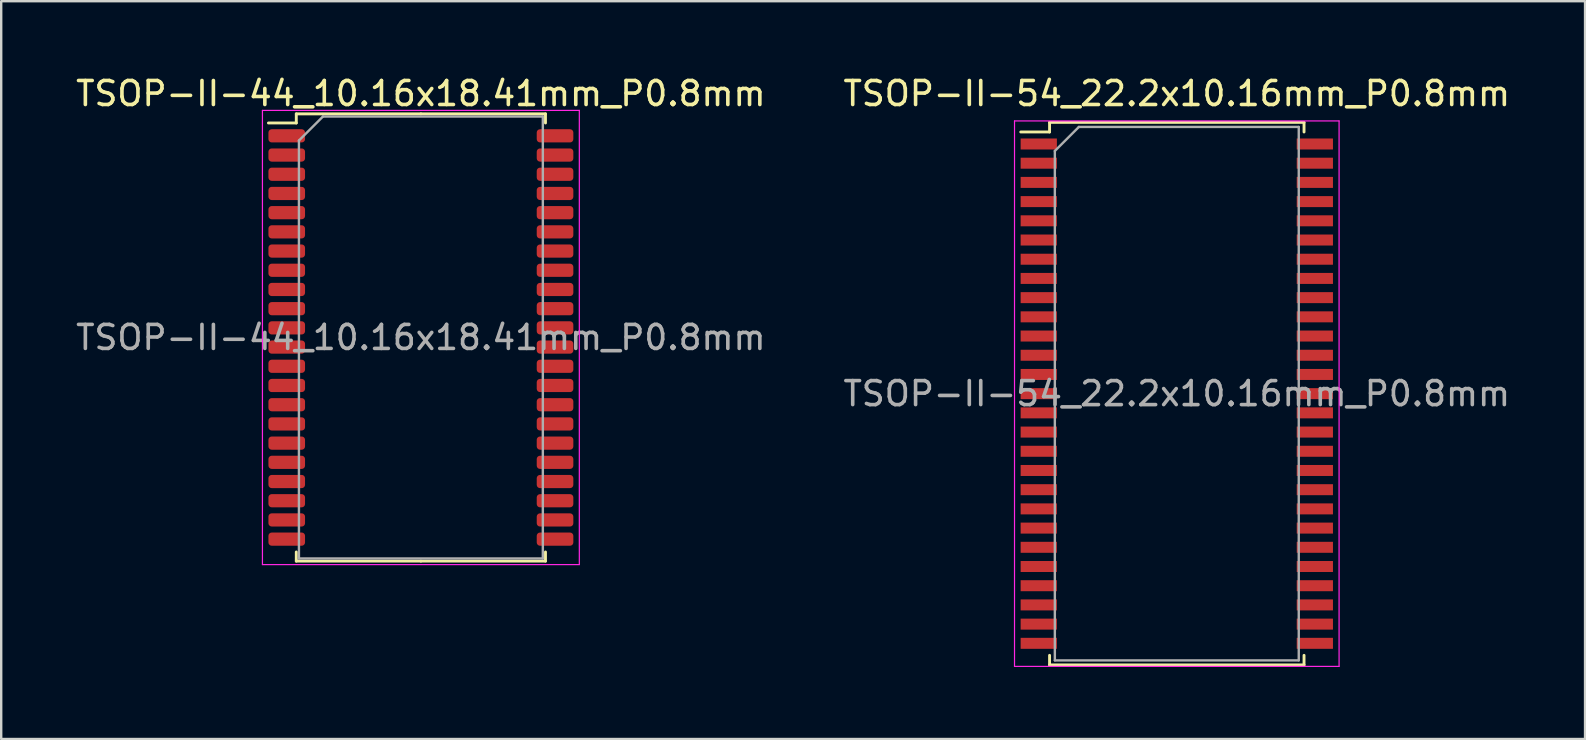
<source format=kicad_pcb>
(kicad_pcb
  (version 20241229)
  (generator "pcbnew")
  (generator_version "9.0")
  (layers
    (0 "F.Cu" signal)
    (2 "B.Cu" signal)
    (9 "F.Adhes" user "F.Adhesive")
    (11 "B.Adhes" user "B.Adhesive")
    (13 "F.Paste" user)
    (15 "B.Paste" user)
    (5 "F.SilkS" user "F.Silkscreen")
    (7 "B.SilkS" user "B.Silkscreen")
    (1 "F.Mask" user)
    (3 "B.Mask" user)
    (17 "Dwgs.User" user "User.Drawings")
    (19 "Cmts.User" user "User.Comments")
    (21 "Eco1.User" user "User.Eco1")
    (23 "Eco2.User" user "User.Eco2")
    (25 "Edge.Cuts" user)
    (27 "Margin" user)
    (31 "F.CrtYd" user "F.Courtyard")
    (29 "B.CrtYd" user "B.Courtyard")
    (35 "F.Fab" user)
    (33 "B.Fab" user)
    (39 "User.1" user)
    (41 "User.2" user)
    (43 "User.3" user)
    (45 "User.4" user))
  (footprint "TSOP-II-54_22.2x10.16mm_P0.8mm"
    (layer "F.Cu")
    (at 45.97 13.348)
    (property "Reference" "TSOP-II-54_22.2x10.16mm_P0.8mm" (at 0 -12.5 0) (layer "F.SilkS") (effects (font (size 1 1) (thickness 0.15))))
    (attr smd)
    (fp_line (start -6.5 -10.9) (end -5.3 -10.9) (stroke (width 0.12) (type solid)) (layer "F.SilkS"))
    (fp_line (start -5.3 -11.3) (end 5.3 -11.3) (stroke (width 0.12) (type solid)) (layer "F.SilkS"))
    (fp_line (start -5.3 -10.9) (end -5.3 -11.3) (stroke (width 0.12) (type solid)) (layer "F.SilkS"))
    (fp_line (start -5.3 10.9) (end -5.3 11.3) (stroke (width 0.12) (type solid)) (layer "F.SilkS"))
    (fp_line (start -5.3 11.3) (end 5.3 11.3) (stroke (width 0.12) (type solid)) (layer "F.SilkS"))
    (fp_line (start 5.3 -11.3) (end 5.3 -10.9) (stroke (width 0.12) (type solid)) (layer "F.SilkS"))
    (fp_line (start 5.3 10.9) (end 5.3 11.3) (stroke (width 0.12) (type solid)) (layer "F.SilkS"))
    (fp_line (start -6.76 -11.36) (end -6.76 11.36) (stroke (width 0.05) (type solid)) (layer "F.CrtYd"))
    (fp_line (start -6.76 -11.36) (end 6.76 -11.36) (stroke (width 0.05) (type solid)) (layer "F.CrtYd"))
    (fp_line (start 6.76 -11.36) (end 6.76 11.36) (stroke (width 0.05) (type solid)) (layer "F.CrtYd"))
    (fp_line (start 6.76 11.36) (end -6.76 11.36) (stroke (width 0.05) (type solid)) (layer "F.CrtYd"))
    (fp_line (start -5.08 11.11) (end -5.08 -10.11) (stroke (width 0.1) (type solid)) (layer "F.Fab"))
    (fp_line (start -4.08 -11.11) (end -5.08 -10.11) (stroke (width 0.1) (type solid)) (layer "F.Fab"))
    (fp_line (start -4.08 -11.11) (end 5.08 -11.11) (stroke (width 0.1) (type solid)) (layer "F.Fab"))
    (fp_line (start 5.08 -11.11) (end 5.08 11.11) (stroke (width 0.1) (type solid)) (layer "F.Fab"))
    (fp_line (start 5.08 11.11) (end -5.08 11.11) (stroke (width 0.1) (type solid)) (layer "F.Fab"))
    (fp_text user "${REFERENCE}" (at 0 0 0) (layer "F.Fab") (effects (font (size 1 1) (thickness 0.15))))
    (pad "1" smd rect (at -5.75 -10.4) (size 1.51 0.458) (layers "F.Cu" "F.Mask" "F.Paste"))
    (pad "2" smd rect (at -5.75 -9.6) (size 1.51 0.458) (layers "F.Cu" "F.Mask" "F.Paste"))
    (pad "3" smd rect (at -5.75 -8.8) (size 1.51 0.458) (layers "F.Cu" "F.Mask" "F.Paste"))
    (pad "4" smd rect (at -5.75 -8) (size 1.51 0.458) (layers "F.Cu" "F.Mask" "F.Paste"))
    (pad "5" smd rect (at -5.75 -7.2) (size 1.51 0.458) (layers "F.Cu" "F.Mask" "F.Paste"))
    (pad "6" smd rect (at -5.75 -6.4) (size 1.51 0.458) (layers "F.Cu" "F.Mask" "F.Paste"))
    (pad "7" smd rect (at -5.75 -5.6) (size 1.51 0.458) (layers "F.Cu" "F.Mask" "F.Paste"))
    (pad "8" smd rect (at -5.75 -4.8) (size 1.51 0.458) (layers "F.Cu" "F.Mask" "F.Paste"))
    (pad "9" smd rect (at -5.75 -4) (size 1.51 0.458) (layers "F.Cu" "F.Mask" "F.Paste"))
    (pad "10" smd rect (at -5.75 -3.2) (size 1.51 0.458) (layers "F.Cu" "F.Mask" "F.Paste"))
    (pad "11" smd rect (at -5.75 -2.4) (size 1.51 0.458) (layers "F.Cu" "F.Mask" "F.Paste"))
    (pad "12" smd rect (at -5.75 -1.6) (size 1.51 0.458) (layers "F.Cu" "F.Mask" "F.Paste"))
    (pad "13" smd rect (at -5.75 -0.8) (size 1.51 0.458) (layers "F.Cu" "F.Mask" "F.Paste"))
    (pad "14" smd rect (at -5.75 0) (size 1.51 0.458) (layers "F.Cu" "F.Mask" "F.Paste"))
    (pad "15" smd rect (at -5.75 0.8) (size 1.51 0.458) (layers "F.Cu" "F.Mask" "F.Paste"))
    (pad "16" smd rect (at -5.75 1.6) (size 1.51 0.458) (layers "F.Cu" "F.Mask" "F.Paste"))
    (pad "17" smd rect (at -5.75 2.4) (size 1.51 0.458) (layers "F.Cu" "F.Mask" "F.Paste"))
    (pad "18" smd rect (at -5.75 3.2) (size 1.51 0.458) (layers "F.Cu" "F.Mask" "F.Paste"))
    (pad "19" smd rect (at -5.75 4) (size 1.51 0.458) (layers "F.Cu" "F.Mask" "F.Paste"))
    (pad "20" smd rect (at -5.75 4.8) (size 1.51 0.458) (layers "F.Cu" "F.Mask" "F.Paste"))
    (pad "21" smd rect (at -5.75 5.6) (size 1.51 0.458) (layers "F.Cu" "F.Mask" "F.Paste"))
    (pad "22" smd rect (at -5.75 6.4) (size 1.51 0.458) (layers "F.Cu" "F.Mask" "F.Paste"))
    (pad "23" smd rect (at -5.75 7.2) (size 1.51 0.458) (layers "F.Cu" "F.Mask" "F.Paste"))
    (pad "24" smd rect (at -5.75 8) (size 1.51 0.458) (layers "F.Cu" "F.Mask" "F.Paste"))
    (pad "25" smd rect (at -5.75 8.8) (size 1.51 0.458) (layers "F.Cu" "F.Mask" "F.Paste"))
    (pad "26" smd rect (at -5.75 9.6) (size 1.51 0.458) (layers "F.Cu" "F.Mask" "F.Paste"))
    (pad "27" smd rect (at -5.75 10.4) (size 1.51 0.458) (layers "F.Cu" "F.Mask" "F.Paste"))
    (pad "28" smd rect (at 5.75 10.4) (size 1.51 0.458) (layers "F.Cu" "F.Mask" "F.Paste"))
    (pad "29" smd rect (at 5.75 9.6) (size 1.51 0.458) (layers "F.Cu" "F.Mask" "F.Paste"))
    (pad "30" smd rect (at 5.75 8.8) (size 1.51 0.458) (layers "F.Cu" "F.Mask" "F.Paste"))
    (pad "31" smd rect (at 5.75 8) (size 1.51 0.458) (layers "F.Cu" "F.Mask" "F.Paste"))
    (pad "32" smd rect (at 5.75 7.2) (size 1.51 0.458) (layers "F.Cu" "F.Mask" "F.Paste"))
    (pad "33" smd rect (at 5.75 6.4) (size 1.51 0.458) (layers "F.Cu" "F.Mask" "F.Paste"))
    (pad "34" smd rect (at 5.75 5.6) (size 1.51 0.458) (layers "F.Cu" "F.Mask" "F.Paste"))
    (pad "35" smd rect (at 5.75 4.8) (size 1.51 0.458) (layers "F.Cu" "F.Mask" "F.Paste"))
    (pad "36" smd rect (at 5.75 4) (size 1.51 0.458) (layers "F.Cu" "F.Mask" "F.Paste"))
    (pad "37" smd rect (at 5.75 3.2) (size 1.51 0.458) (layers "F.Cu" "F.Mask" "F.Paste"))
    (pad "38" smd rect (at 5.75 2.4) (size 1.51 0.458) (layers "F.Cu" "F.Mask" "F.Paste"))
    (pad "39" smd rect (at 5.75 1.6) (size 1.51 0.458) (layers "F.Cu" "F.Mask" "F.Paste"))
    (pad "40" smd rect (at 5.75 0.8) (size 1.51 0.458) (layers "F.Cu" "F.Mask" "F.Paste"))
    (pad "41" smd rect (at 5.75 0) (size 1.51 0.458) (layers "F.Cu" "F.Mask" "F.Paste"))
    (pad "42" smd rect (at 5.75 -0.8) (size 1.51 0.458) (layers "F.Cu" "F.Mask" "F.Paste"))
    (pad "43" smd rect (at 5.75 -1.6) (size 1.51 0.458) (layers "F.Cu" "F.Mask" "F.Paste"))
    (pad "44" smd rect (at 5.75 -2.4) (size 1.51 0.458) (layers "F.Cu" "F.Mask" "F.Paste"))
    (pad "45" smd rect (at 5.75 -3.2) (size 1.51 0.458) (layers "F.Cu" "F.Mask" "F.Paste"))
    (pad "46" smd rect (at 5.75 -4) (size 1.51 0.458) (layers "F.Cu" "F.Mask" "F.Paste"))
    (pad "47" smd rect (at 5.75 -4.8) (size 1.51 0.458) (layers "F.Cu" "F.Mask" "F.Paste"))
    (pad "48" smd rect (at 5.75 -5.6) (size 1.51 0.458) (layers "F.Cu" "F.Mask" "F.Paste"))
    (pad "49" smd rect (at 5.75 -6.4) (size 1.51 0.458) (layers "F.Cu" "F.Mask" "F.Paste"))
    (pad "50" smd rect (at 5.75 -7.2) (size 1.51 0.458) (layers "F.Cu" "F.Mask" "F.Paste"))
    (pad "51" smd rect (at 5.75 -8) (size 1.51 0.458) (layers "F.Cu" "F.Mask" "F.Paste"))
    (pad "52" smd rect (at 5.75 -8.8) (size 1.51 0.458) (layers "F.Cu" "F.Mask" "F.Paste"))
    (pad "53" smd rect (at 5.75 -9.6) (size 1.51 0.458) (layers "F.Cu" "F.Mask" "F.Paste"))
    (pad "54" smd rect (at 5.75 -10.4) (size 1.51 0.458) (layers "F.Cu" "F.Mask" "F.Paste")))
  (footprint "TSOP-II-44_10.16x18.41mm_P0.8mm"
    (layer "F.Cu")
    (at 14.482 11.008)
    (property "Reference" "TSOP-II-44_10.16x18.41mm_P0.8mm" (at 0 -10.16 0) (layer "F.SilkS") (effects (font (size 1 1) (thickness 0.15))))
    (attr smd)
    (fp_line (start -5.19 -9.315) (end -5.19 -8.935) (stroke (width 0.12) (type solid)) (layer "F.SilkS"))
    (fp_line (start -5.19 -8.935) (end -6.35 -8.935) (stroke (width 0.12) (type solid)) (layer "F.SilkS"))
    (fp_line (start -5.19 9.315) (end -5.19 8.935) (stroke (width 0.12) (type solid)) (layer "F.SilkS"))
    (fp_line (start 0 -9.315) (end -5.19 -9.315) (stroke (width 0.12) (type solid)) (layer "F.SilkS"))
    (fp_line (start 0 -9.315) (end 5.19 -9.315) (stroke (width 0.12) (type solid)) (layer "F.SilkS"))
    (fp_line (start 0 9.315) (end -5.19 9.315) (stroke (width 0.12) (type solid)) (layer "F.SilkS"))
    (fp_line (start 0 9.315) (end 5.19 9.315) (stroke (width 0.12) (type solid)) (layer "F.SilkS"))
    (fp_line (start 5.19 -9.315) (end 5.19 -8.935) (stroke (width 0.12) (type solid)) (layer "F.SilkS"))
    (fp_line (start 5.19 9.315) (end 5.19 8.935) (stroke (width 0.12) (type solid)) (layer "F.SilkS"))
    (fp_line (start -6.6 -9.46) (end -6.6 9.46) (stroke (width 0.05) (type solid)) (layer "F.CrtYd"))
    (fp_line (start -6.6 9.46) (end 6.6 9.46) (stroke (width 0.05) (type solid)) (layer "F.CrtYd"))
    (fp_line (start 6.6 -9.46) (end -6.6 -9.46) (stroke (width 0.05) (type solid)) (layer "F.CrtYd"))
    (fp_line (start 6.6 9.46) (end 6.6 -9.46) (stroke (width 0.05) (type solid)) (layer "F.CrtYd"))
    (fp_line (start -5.08 -8.205) (end -4.08 -9.205) (stroke (width 0.1) (type solid)) (layer "F.Fab"))
    (fp_line (start -5.08 9.205) (end -5.08 -8.205) (stroke (width 0.1) (type solid)) (layer "F.Fab"))
    (fp_line (start -4.08 -9.205) (end 5.08 -9.205) (stroke (width 0.1) (type solid)) (layer "F.Fab"))
    (fp_line (start 5.08 -9.205) (end 5.08 9.205) (stroke (width 0.1) (type solid)) (layer "F.Fab"))
    (fp_line (start 5.08 9.205) (end -5.08 9.205) (stroke (width 0.1) (type solid)) (layer "F.Fab"))
    (fp_text user "${REFERENCE}" (at 0 0 0) (layer "F.Fab") (effects (font (size 1 1) (thickness 0.15))))
    (pad "1" smd roundrect (at -5.588 -8.4) (size 1.525 0.55) (layers "F.Cu" "F.Mask" "F.Paste") (roundrect_rratio 0.25))
    (pad "2" smd roundrect (at -5.588 -7.6) (size 1.525 0.55) (layers "F.Cu" "F.Mask" "F.Paste") (roundrect_rratio 0.25))
    (pad "3" smd roundrect (at -5.588 -6.8) (size 1.525 0.55) (layers "F.Cu" "F.Mask" "F.Paste") (roundrect_rratio 0.25))
    (pad "4" smd roundrect (at -5.588 -6) (size 1.525 0.55) (layers "F.Cu" "F.Mask" "F.Paste") (roundrect_rratio 0.25))
    (pad "5" smd roundrect (at -5.588 -5.2) (size 1.525 0.55) (layers "F.Cu" "F.Mask" "F.Paste") (roundrect_rratio 0.25))
    (pad "6" smd roundrect (at -5.588 -4.4) (size 1.525 0.55) (layers "F.Cu" "F.Mask" "F.Paste") (roundrect_rratio 0.25))
    (pad "7" smd roundrect (at -5.588 -3.6) (size 1.525 0.55) (layers "F.Cu" "F.Mask" "F.Paste") (roundrect_rratio 0.25))
    (pad "8" smd roundrect (at -5.588 -2.8) (size 1.525 0.55) (layers "F.Cu" "F.Mask" "F.Paste") (roundrect_rratio 0.25))
    (pad "9" smd roundrect (at -5.588 -2) (size 1.525 0.55) (layers "F.Cu" "F.Mask" "F.Paste") (roundrect_rratio 0.25))
    (pad "10" smd roundrect (at -5.588 -1.2) (size 1.525 0.55) (layers "F.Cu" "F.Mask" "F.Paste") (roundrect_rratio 0.25))
    (pad "11" smd roundrect (at -5.588 -0.4) (size 1.525 0.55) (layers "F.Cu" "F.Mask" "F.Paste") (roundrect_rratio 0.25))
    (pad "12" smd roundrect (at -5.588 0.4) (size 1.525 0.55) (layers "F.Cu" "F.Mask" "F.Paste") (roundrect_rratio 0.25))
    (pad "13" smd roundrect (at -5.588 1.2) (size 1.525 0.55) (layers "F.Cu" "F.Mask" "F.Paste") (roundrect_rratio 0.25))
    (pad "14" smd roundrect (at -5.588 2) (size 1.525 0.55) (layers "F.Cu" "F.Mask" "F.Paste") (roundrect_rratio 0.25))
    (pad "15" smd roundrect (at -5.588 2.8) (size 1.525 0.55) (layers "F.Cu" "F.Mask" "F.Paste") (roundrect_rratio 0.25))
    (pad "16" smd roundrect (at -5.588 3.6) (size 1.525 0.55) (layers "F.Cu" "F.Mask" "F.Paste") (roundrect_rratio 0.25))
    (pad "17" smd roundrect (at -5.588 4.4) (size 1.525 0.55) (layers "F.Cu" "F.Mask" "F.Paste") (roundrect_rratio 0.25))
    (pad "18" smd roundrect (at -5.588 5.2) (size 1.525 0.55) (layers "F.Cu" "F.Mask" "F.Paste") (roundrect_rratio 0.25))
    (pad "19" smd roundrect (at -5.588 6) (size 1.525 0.55) (layers "F.Cu" "F.Mask" "F.Paste") (roundrect_rratio 0.25))
    (pad "20" smd roundrect (at -5.588 6.8) (size 1.525 0.55) (layers "F.Cu" "F.Mask" "F.Paste") (roundrect_rratio 0.25))
    (pad "21" smd roundrect (at -5.588 7.6) (size 1.525 0.55) (layers "F.Cu" "F.Mask" "F.Paste") (roundrect_rratio 0.25))
    (pad "22" smd roundrect (at -5.588 8.4) (size 1.525 0.55) (layers "F.Cu" "F.Mask" "F.Paste") (roundrect_rratio 0.25))
    (pad "23" smd roundrect (at 5.588 8.4) (size 1.525 0.55) (layers "F.Cu" "F.Mask" "F.Paste") (roundrect_rratio 0.25))
    (pad "24" smd roundrect (at 5.588 7.6) (size 1.525 0.55) (layers "F.Cu" "F.Mask" "F.Paste") (roundrect_rratio 0.25))
    (pad "25" smd roundrect (at 5.588 6.8) (size 1.525 0.55) (layers "F.Cu" "F.Mask" "F.Paste") (roundrect_rratio 0.25))
    (pad "26" smd roundrect (at 5.588 6) (size 1.525 0.55) (layers "F.Cu" "F.Mask" "F.Paste") (roundrect_rratio 0.25))
    (pad "27" smd roundrect (at 5.588 5.2) (size 1.525 0.55) (layers "F.Cu" "F.Mask" "F.Paste") (roundrect_rratio 0.25))
    (pad "28" smd roundrect (at 5.588 4.4) (size 1.525 0.55) (layers "F.Cu" "F.Mask" "F.Paste") (roundrect_rratio 0.25))
    (pad "29" smd roundrect (at 5.588 3.6) (size 1.525 0.55) (layers "F.Cu" "F.Mask" "F.Paste") (roundrect_rratio 0.25))
    (pad "30" smd roundrect (at 5.588 2.8) (size 1.525 0.55) (layers "F.Cu" "F.Mask" "F.Paste") (roundrect_rratio 0.25))
    (pad "31" smd roundrect (at 5.588 2) (size 1.525 0.55) (layers "F.Cu" "F.Mask" "F.Paste") (roundrect_rratio 0.25))
    (pad "32" smd roundrect (at 5.588 1.2) (size 1.525 0.55) (layers "F.Cu" "F.Mask" "F.Paste") (roundrect_rratio 0.25))
    (pad "33" smd roundrect (at 5.588 0.4) (size 1.525 0.55) (layers "F.Cu" "F.Mask" "F.Paste") (roundrect_rratio 0.25))
    (pad "34" smd roundrect (at 5.588 -0.4) (size 1.525 0.55) (layers "F.Cu" "F.Mask" "F.Paste") (roundrect_rratio 0.25))
    (pad "35" smd roundrect (at 5.588 -1.2) (size 1.525 0.55) (layers "F.Cu" "F.Mask" "F.Paste") (roundrect_rratio 0.25))
    (pad "36" smd roundrect (at 5.588 -2) (size 1.525 0.55) (layers "F.Cu" "F.Mask" "F.Paste") (roundrect_rratio 0.25))
    (pad "37" smd roundrect (at 5.588 -2.8) (size 1.525 0.55) (layers "F.Cu" "F.Mask" "F.Paste") (roundrect_rratio 0.25))
    (pad "38" smd roundrect (at 5.588 -3.6) (size 1.525 0.55) (layers "F.Cu" "F.Mask" "F.Paste") (roundrect_rratio 0.25))
    (pad "39" smd roundrect (at 5.588 -4.4) (size 1.525 0.55) (layers "F.Cu" "F.Mask" "F.Paste") (roundrect_rratio 0.25))
    (pad "40" smd roundrect (at 5.588 -5.2) (size 1.525 0.55) (layers "F.Cu" "F.Mask" "F.Paste") (roundrect_rratio 0.25))
    (pad "41" smd roundrect (at 5.588 -6) (size 1.525 0.55) (layers "F.Cu" "F.Mask" "F.Paste") (roundrect_rratio 0.25))
    (pad "42" smd roundrect (at 5.588 -6.8) (size 1.525 0.55) (layers "F.Cu" "F.Mask" "F.Paste") (roundrect_rratio 0.25))
    (pad "43" smd roundrect (at 5.588 -7.6) (size 1.525 0.55) (layers "F.Cu" "F.Mask" "F.Paste") (roundrect_rratio 0.25))
    (pad "44" smd roundrect (at 5.588 -8.4) (size 1.525 0.55) (layers "F.Cu" "F.Mask" "F.Paste") (roundrect_rratio 0.25)))
  (gr_rect
    (start -3 -3)
    (end 62.976 27.733)
    (stroke (width 0.1) (type default))
    (fill no)
    (layer "Edge.Cuts")))
</source>
